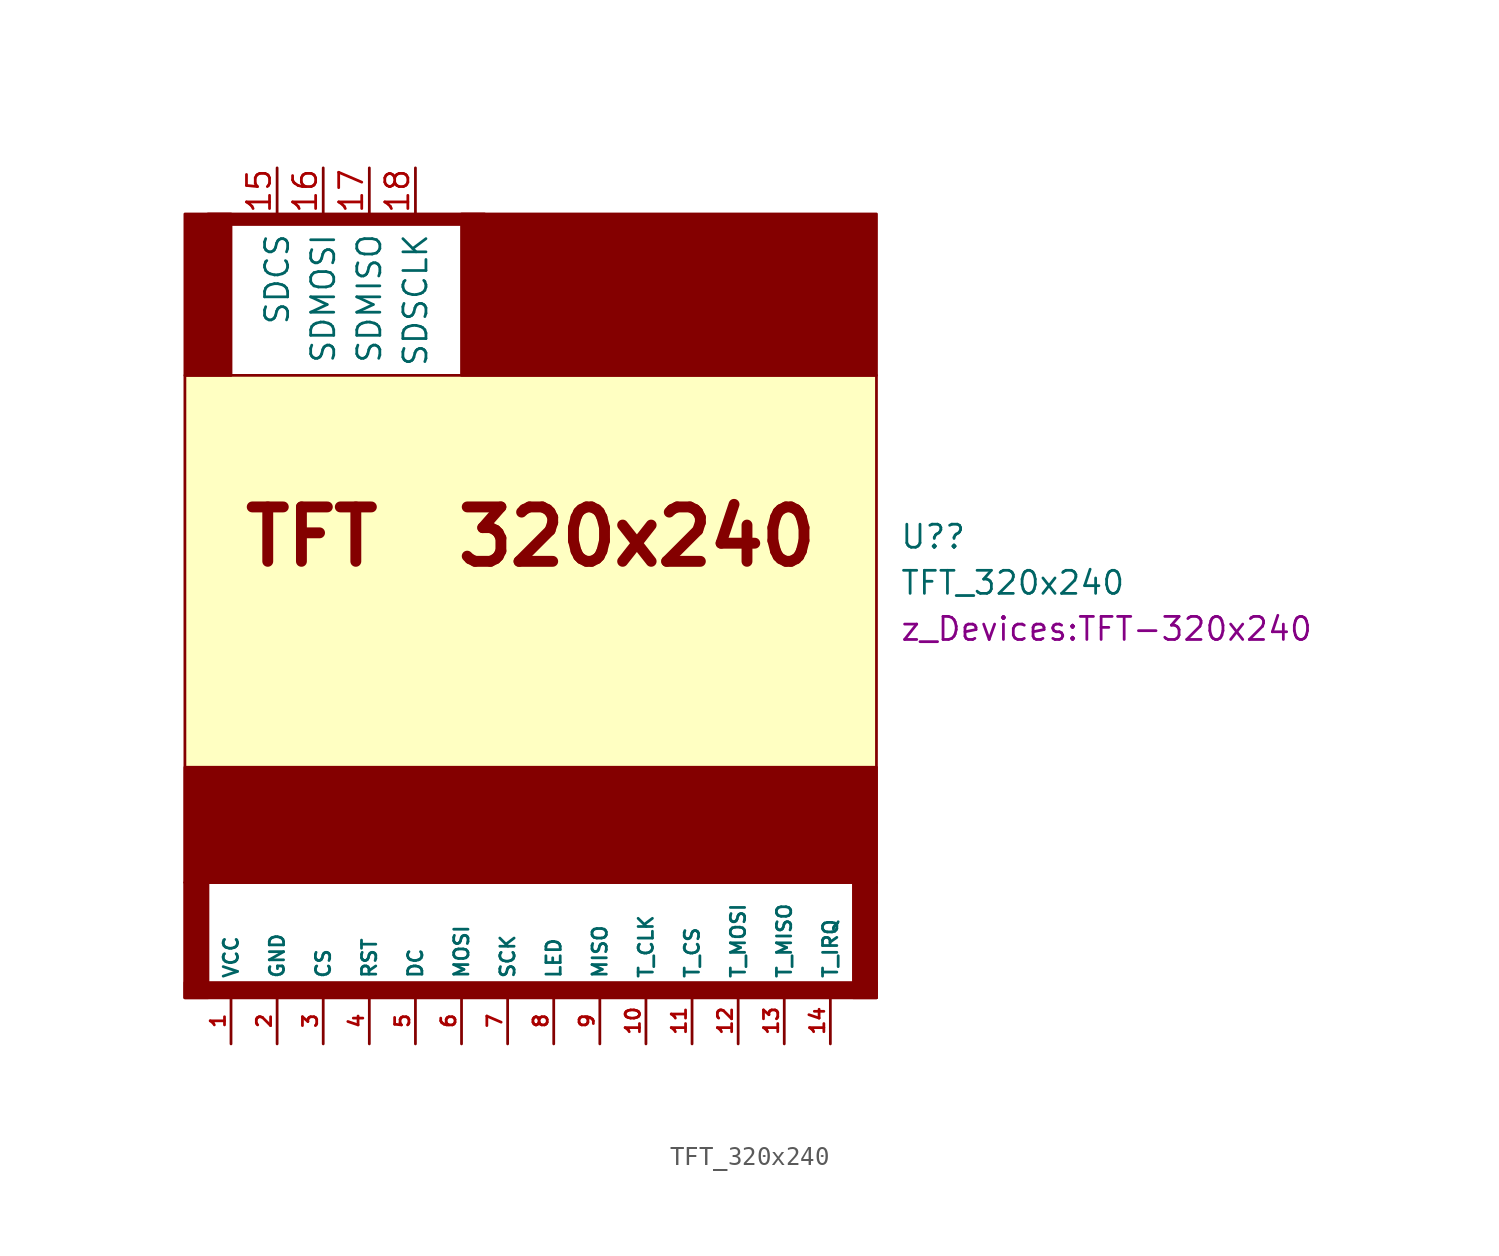
<source format=kicad_sym>
(kicad_symbol_lib
  (version 20220914)
  (generator kicad_symbol_editor)
  (symbol "TFT_320x240"
    (pin_names
      (offset 1.016))
    (property "Reference" "U?"
      (at 20.32 25.4 0)
      (effects (font (size 1.27 1.27)) (justify left)))
    (property "Value" "TFT_320x240"
      (at 20.32 22.86 0)
      (effects (font (size 1.27 1.27)) (justify left)))
    (property "Footprint" "z_Devices:TFT-320x240"
      (at 20.32 20.32 0)
      (effects (font (size 1.27 1.27)) (justify left)))
    (symbol "TFT_320x240_0_0"
      (text "TFT  320x240" (at 0 25.4 0) (effects (font (size 2.997 2.997) bold))))
    (symbol "TFT_320x240_0_1"
      (rectangle (start -19.05 0) (end 19.05 6.35) (stroke (width 0) (type default)) (fill (type none)))
      (rectangle (start -19.05 0.838) (end 19.05 0) (stroke (width 0) (type default)) (fill (type outline)))
      (rectangle (start -19.05 6.35) (end -17.78 0) (stroke (width 0) (type default)) (fill (type outline)))
      (rectangle (start -19.05 12.7) (end 19.05 6.35) (stroke (width 0) (type default)) (fill (type outline)))
      (rectangle (start -19.05 34.29) (end 19.05 6.35) (stroke (width 0) (type default)) (fill (type background)))
      (rectangle (start -19.05 43.18) (end -16.51 34.29) (stroke (width 0) (type default)) (fill (type outline)))
      (rectangle (start -17.78 43.18) (end -2.54 42.604) (stroke (width 0) (type default)) (fill (type outline)))
      (rectangle (start -3.81 43.18) (end 19.05 34.29) (stroke (width 0) (type default)) (fill (type outline)))
      (rectangle (start 17.78 6.35) (end 19.05 0) (stroke (width 0) (type default)) (fill (type outline))))
    (symbol "TFT_320x240_1_1"
      (pin power_in line (at -16.51 -2.54 90) (length 2.54) (name "VCC" (effects (font (size 0.787 0.787)))) (number "1" (effects (font (size 0.787 0.787)))))
      (pin bidirectional line (at 6.35 -2.54 90) (length 2.54) (name "T_CLK" (effects (font (size 0.787 0.787)))) (number "10" (effects (font (size 0.787 0.787)))))
      (pin bidirectional line (at 8.89 -2.54 90) (length 2.54) (name "T_CS" (effects (font (size 0.787 0.787)))) (number "11" (effects (font (size 0.787 0.787)))))
      (pin bidirectional line (at 11.43 -2.54 90) (length 2.54) (name "T_MOSI" (effects (font (size 0.787 0.787)))) (number "12" (effects (font (size 0.787 0.787)))))
      (pin bidirectional line (at 13.97 -2.54 90) (length 2.54) (name "T_MISO" (effects (font (size 0.787 0.787)))) (number "13" (effects (font (size 0.787 0.787)))))
      (pin bidirectional line (at 16.51 -2.54 90) (length 2.54) (name "T_IRQ" (effects (font (size 0.787 0.787)))) (number "14" (effects (font (size 0.787 0.787)))))
      (pin input line (at -13.97 45.72 270) (length 2.54) (name "SDCS" (effects (font (size 1.27 1.27)))) (number "15" (effects (font (size 1.27 1.27)))))
      (pin input line (at -11.43 45.72 270) (length 2.54) (name "SDMOSI" (effects (font (size 1.27 1.27)))) (number "16" (effects (font (size 1.27 1.27)))))
      (pin input line (at -8.89 45.72 270) (length 2.54) (name "SDMISO" (effects (font (size 1.27 1.27)))) (number "17" (effects (font (size 1.27 1.27)))))
      (pin input line (at -6.35 45.72 270) (length 2.54) (name "SDSCLK" (effects (font (size 1.27 1.27)))) (number "18" (effects (font (size 1.27 1.27)))))
      (pin bidirectional line (at -13.97 -2.54 90) (length 2.54) (name "GND" (effects (font (size 0.787 0.787)))) (number "2" (effects (font (size 0.787 0.787)))))
      (pin bidirectional line (at -11.43 -2.54 90) (length 2.54) (name "CS" (effects (font (size 0.787 0.787)))) (number "3" (effects (font (size 0.787 0.787)))))
      (pin bidirectional line (at -8.89 -2.54 90) (length 2.54) (name "RST" (effects (font (size 0.787 0.787)))) (number "4" (effects (font (size 0.787 0.787)))))
      (pin bidirectional line (at -6.35 -2.54 90) (length 2.54) (name "DC" (effects (font (size 0.787 0.787)))) (number "5" (effects (font (size 0.787 0.787)))))
      (pin bidirectional line (at -3.81 -2.54 90) (length 2.54) (name "MOSI" (effects (font (size 0.787 0.787)))) (number "6" (effects (font (size 0.787 0.787)))))
      (pin bidirectional line (at -1.27 -2.54 90) (length 2.54) (name "SCK" (effects (font (size 0.787 0.787)))) (number "7" (effects (font (size 0.787 0.787)))))
      (pin power_in line (at 1.27 -2.54 90) (length 2.54) (name "LED" (effects (font (size 0.787 0.787)))) (number "8" (effects (font (size 0.787 0.787)))))
      (pin bidirectional line (at 3.81 -2.54 90) (length 2.54) (name "MISO" (effects (font (size 0.787 0.787)))) (number "9" (effects (font (size 0.787 0.787))))))))
</source>
